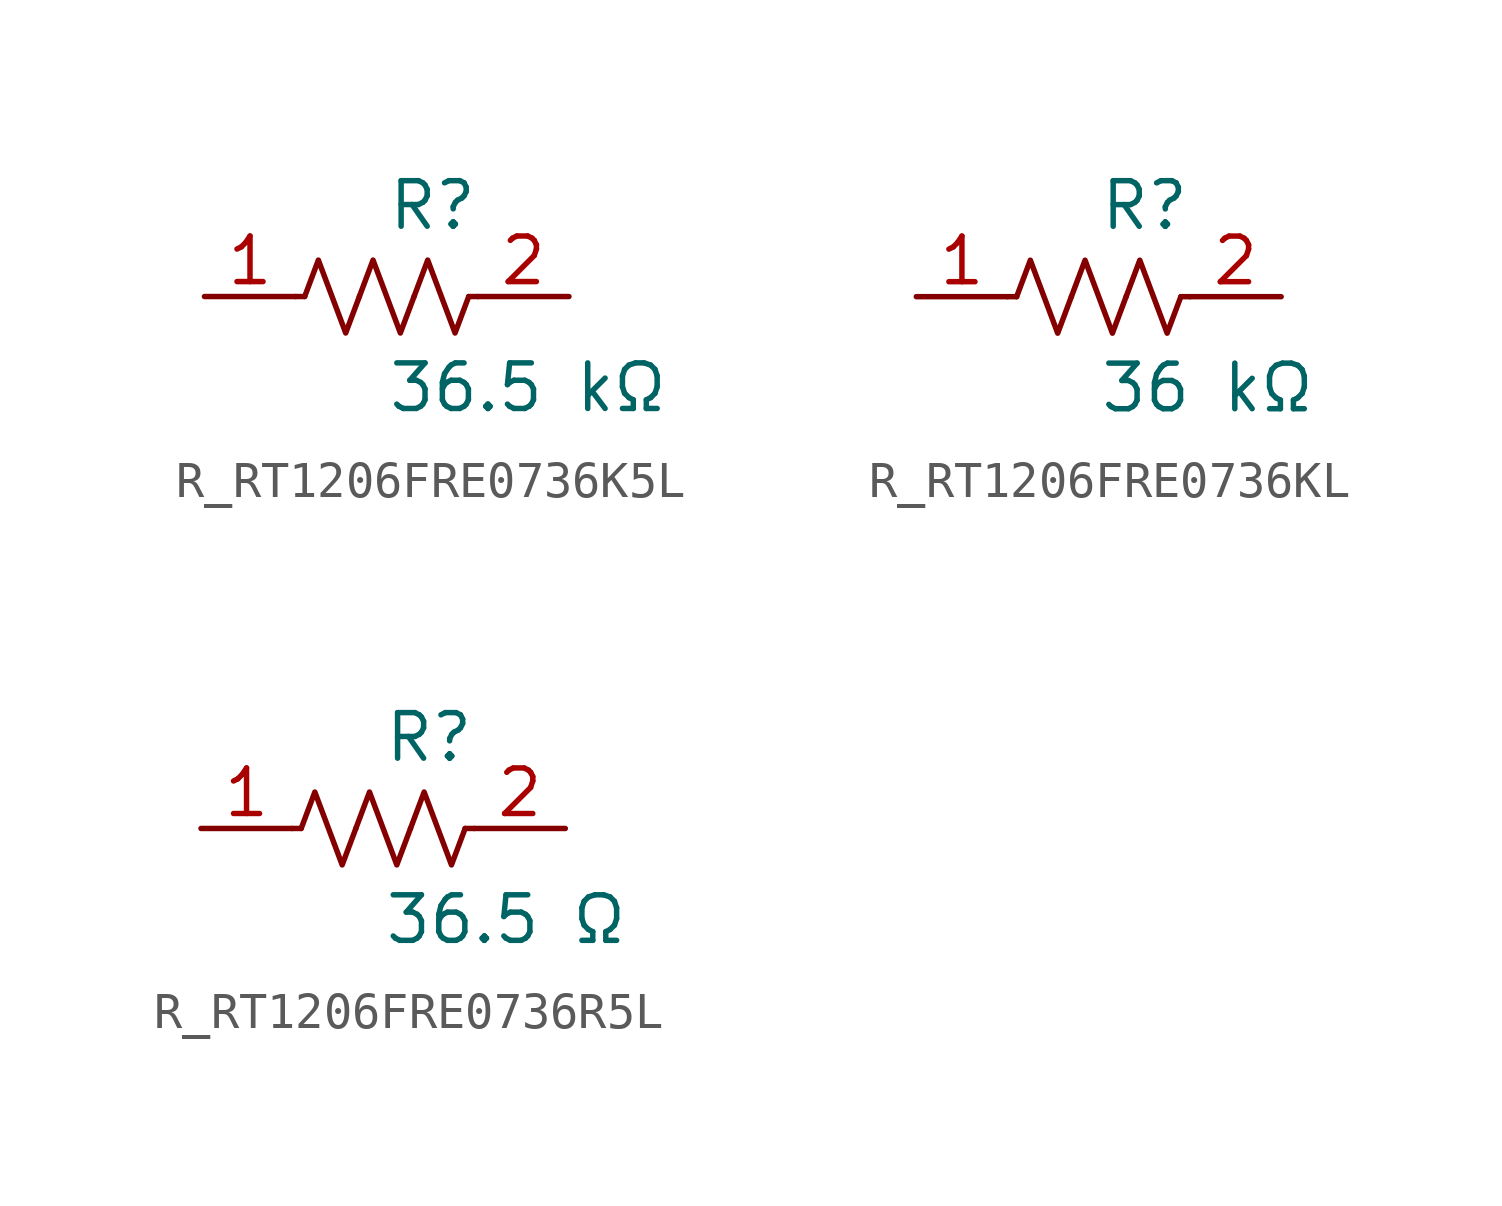
<source format=kicad_sym>
(kicad_symbol_lib
  (version 20231120)
  (generator kicad_symbol_editor)
  (generator_version 8.0)
  (symbol "R_RT1206FRE0736K5L"
    (pin_names
      (offset 0.254))
    (property "Reference" "R"
      (at 0 2.54 0)
      (effects (font (size 1.27 1.27)) (justify left)))
    (property "Value" "36.5 kΩ"
      (at 0 -2.54 0)
      (effects (font (size 1.27 1.27)) (justify left)))
    (symbol "R_RT1206FRE0736K5L_0_1"
      (polyline (pts (xy 2.286 0) (xy 2.54 0)) (stroke (width 0) (type default)) (fill (type none)))
      (polyline (pts (xy -2.286 0) (xy -2.54 0)) (stroke (width 0) (type default)) (fill (type none)))
      (polyline (pts (xy 0.762 0) (xy 1.143 1.016) (xy 1.524 0) (xy 1.905 -1.016) (xy 2.286 0)) (stroke (width 0) (type default)) (fill (type none)))
      (polyline (pts (xy -0.762 0) (xy -0.381 1.016) (xy 0 0) (xy 0.381 -1.016) (xy 0.762 0)) (stroke (width 0) (type default)) (fill (type none)))
      (polyline (pts (xy -2.286 0) (xy -1.905 1.016) (xy -1.524 0) (xy -1.143 -1.016) (xy -0.762 0)) (stroke (width 0) (type default)) (fill (type none))))
    (pin unspecified line
      (at -5.08 0 0)
      (length 2.54)
      (name "" (effects (font (size 1.27 1.27))))
      (number "1" (effects (font (size 1.27 1.27)))))
    (pin unspecified line
      (at 5.08 0 180)
      (length 2.54)
      (name "" (effects (font (size 1.27 1.27))))
      (number "2" (effects (font (size 1.27 1.27))))))
  (symbol "R_RT1206FRE0736KL"
    (pin_names
      (offset 0.254))
    (property "Reference" "R"
      (at 0 2.54 0)
      (effects (font (size 1.27 1.27)) (justify left)))
    (property "Value" "36 kΩ"
      (at 0 -2.54 0)
      (effects (font (size 1.27 1.27)) (justify left)))
    (symbol "R_RT1206FRE0736KL_0_1"
      (polyline (pts (xy 2.286 0) (xy 2.54 0)) (stroke (width 0) (type default)) (fill (type none)))
      (polyline (pts (xy -2.286 0) (xy -2.54 0)) (stroke (width 0) (type default)) (fill (type none)))
      (polyline (pts (xy 0.762 0) (xy 1.143 1.016) (xy 1.524 0) (xy 1.905 -1.016) (xy 2.286 0)) (stroke (width 0) (type default)) (fill (type none)))
      (polyline (pts (xy -0.762 0) (xy -0.381 1.016) (xy 0 0) (xy 0.381 -1.016) (xy 0.762 0)) (stroke (width 0) (type default)) (fill (type none)))
      (polyline (pts (xy -2.286 0) (xy -1.905 1.016) (xy -1.524 0) (xy -1.143 -1.016) (xy -0.762 0)) (stroke (width 0) (type default)) (fill (type none))))
    (pin unspecified line
      (at -5.08 0 0)
      (length 2.54)
      (name "" (effects (font (size 1.27 1.27))))
      (number "1" (effects (font (size 1.27 1.27)))))
    (pin unspecified line
      (at 5.08 0 180)
      (length 2.54)
      (name "" (effects (font (size 1.27 1.27))))
      (number "2" (effects (font (size 1.27 1.27))))))
  (symbol "R_RT1206FRE0736R5L"
    (pin_names
      (offset 0.254))
    (property "Reference" "R"
      (at 0 2.54 0)
      (effects (font (size 1.27 1.27)) (justify left)))
    (property "Value" "36.5 Ω"
      (at 0 -2.54 0)
      (effects (font (size 1.27 1.27)) (justify left)))
    (symbol "R_RT1206FRE0736R5L_0_1"
      (polyline (pts (xy 2.286 0) (xy 2.54 0)) (stroke (width 0) (type default)) (fill (type none)))
      (polyline (pts (xy -2.286 0) (xy -2.54 0)) (stroke (width 0) (type default)) (fill (type none)))
      (polyline (pts (xy 0.762 0) (xy 1.143 1.016) (xy 1.524 0) (xy 1.905 -1.016) (xy 2.286 0)) (stroke (width 0) (type default)) (fill (type none)))
      (polyline (pts (xy -0.762 0) (xy -0.381 1.016) (xy 0 0) (xy 0.381 -1.016) (xy 0.762 0)) (stroke (width 0) (type default)) (fill (type none)))
      (polyline (pts (xy -2.286 0) (xy -1.905 1.016) (xy -1.524 0) (xy -1.143 -1.016) (xy -0.762 0)) (stroke (width 0) (type default)) (fill (type none))))
    (pin unspecified line
      (at -5.08 0 0)
      (length 2.54)
      (name "" (effects (font (size 1.27 1.27))))
      (number "1" (effects (font (size 1.27 1.27)))))
    (pin unspecified line
      (at 5.08 0 180)
      (length 2.54)
      (name "" (effects (font (size 1.27 1.27))))
      (number "2" (effects (font (size 1.27 1.27)))))))
</source>
